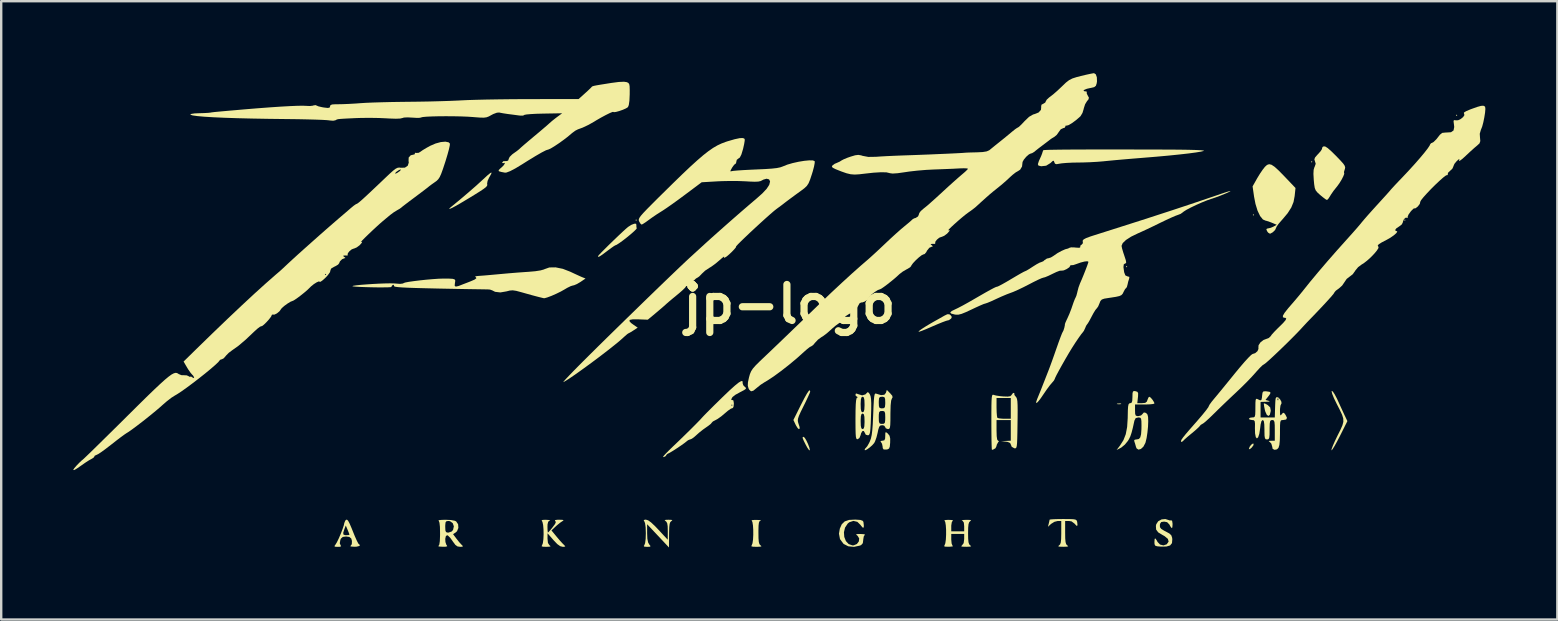
<source format=kicad_pcb>
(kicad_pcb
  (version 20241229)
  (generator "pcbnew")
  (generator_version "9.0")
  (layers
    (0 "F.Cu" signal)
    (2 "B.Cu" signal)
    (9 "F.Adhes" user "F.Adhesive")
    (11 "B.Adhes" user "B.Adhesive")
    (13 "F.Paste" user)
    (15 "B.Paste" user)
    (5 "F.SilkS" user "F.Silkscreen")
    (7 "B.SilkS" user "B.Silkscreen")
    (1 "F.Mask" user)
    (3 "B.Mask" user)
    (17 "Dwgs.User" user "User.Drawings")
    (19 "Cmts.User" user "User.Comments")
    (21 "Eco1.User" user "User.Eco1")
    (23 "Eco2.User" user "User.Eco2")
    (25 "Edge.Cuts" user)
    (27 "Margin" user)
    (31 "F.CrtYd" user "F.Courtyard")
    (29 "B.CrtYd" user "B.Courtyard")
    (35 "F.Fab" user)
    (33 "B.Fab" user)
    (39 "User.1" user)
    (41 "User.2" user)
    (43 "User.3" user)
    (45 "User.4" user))
  (footprint "jp-logo"
    (layer "F.Cu")
    (at 29.848 9.626)
    (property "Reference" "jp-logo" (at 0 0 0) (layer "F.SilkS") (effects (font (size 1.5 1.5) (thickness 0.3))))
    (attr board_only exclude_from_pos_files exclude_from_bom)
    (fp_poly (pts (xy -6.363 -3.505) (xy -6.39 -3.478) (xy -6.417 -3.505) (xy -6.39 -3.532)) (stroke (width 0) (type solid)) (fill yes) (layer "F.SilkS"))
    (fp_poly (pts (xy 14.075 -1.564) (xy 14.048 -1.537) (xy 14.021 -1.564) (xy 14.048 -1.591)) (stroke (width 0) (type solid)) (fill yes) (layer "F.SilkS"))
    (fp_poly (pts (xy 19.36 -3.721) (xy 19.333 -3.694) (xy 19.306 -3.721) (xy 19.333 -3.748)) (stroke (width 0) (type solid)) (fill yes) (layer "F.SilkS"))
    (fp_poly (pts (xy 21.787 -5.932) (xy 21.76 -5.905) (xy 21.733 -5.932) (xy 21.76 -5.959)) (stroke (width 0) (type solid)) (fill yes) (layer "F.SilkS"))
    (fp_poly (pts (xy 25.67 -3.505) (xy 25.643 -3.478) (xy 25.616 -3.505) (xy 25.643 -3.532)) (stroke (width 0) (type solid)) (fill yes) (layer "F.SilkS"))
    (fp_poly (pts (xy 27.827 -7.873) (xy 27.8 -7.846) (xy 27.773 -7.873) (xy 27.8 -7.9)) (stroke (width 0) (type solid)) (fill yes) (layer "F.SilkS"))
    (fp_poly (pts (xy 13.82 4.144) (xy 13.822 4.162) (xy 13.737 4.169) (xy 13.725 4.169) (xy 13.641 4.161) (xy 13.649 4.145) (xy 13.658 4.142) (xy 13.776 4.134)) (stroke (width 0) (type solid)) (fill yes) (layer "F.SilkS"))
    (fp_poly (pts (xy 19.339 5.812) (xy 19.335 5.875) (xy 19.267 5.968) (xy 19.263 5.973) (xy 19.182 6.038) (xy 19.145 6.039) (xy 19.144 6.035) (xy 19.173 5.946) (xy 19.237 5.859) (xy 19.306 5.808)) (stroke (width 0) (type solid)) (fill yes) (layer "F.SilkS"))
    (fp_poly (pts (xy 0.64 5.573) (xy 0.707 5.686) (xy 0.774 5.83) (xy 0.827 5.971) (xy 0.848 6.072) (xy 0.846 6.09) (xy 0.814 6.078) (xy 0.75 5.989) (xy 0.682 5.866) (xy 0.594 5.69) (xy 0.552 5.588) (xy 0.548 5.541) (xy 0.579 5.528) (xy 0.591 5.528)) (stroke (width 0) (type solid)) (fill yes) (layer "F.SilkS"))
    (fp_poly (pts (xy 19.822 4.143) (xy 19.923 4.2) (xy 19.928 4.202) (xy 20.03 4.299) (xy 20.054 4.427) (xy 20.051 4.465) (xy 20.016 4.61) (xy 19.957 4.657) (xy 19.889 4.609) (xy 19.826 4.47) (xy 19.81 4.41) (xy 19.779 4.257) (xy 19.766 4.154) (xy 19.769 4.132)) (stroke (width 0) (type solid)) (fill yes) (layer "F.SilkS"))
    (fp_poly (pts (xy 4.075 5.371) (xy 4.101 5.395) (xy 4.17 5.482) (xy 4.197 5.603) (xy 4.195 5.767) (xy 4.181 5.93) (xy 4.151 6.013) (xy 4.089 6.048) (xy 4.031 6.057) (xy 3.923 6.054) (xy 3.885 5.995) (xy 3.883 5.946) (xy 3.857 5.819) (xy 3.818 5.754) (xy 3.79 5.705) (xy 3.856 5.69) (xy 3.872 5.689) (xy 3.952 5.673) (xy 3.985 5.602) (xy 3.991 5.492) (xy 3.994 5.365) (xy 4.016 5.33)) (stroke (width 0) (type solid)) (fill yes) (layer "F.SilkS"))
    (fp_poly (pts (xy 6.657 0.42) (xy 6.709 0.454) (xy 6.765 0.531) (xy 6.735 0.6) (xy 6.643 0.665) (xy 6.6 0.674) (xy 6.523 0.695) (xy 6.371 0.751) (xy 6.167 0.834) (xy 5.974 0.917) (xy 5.689 1.04) (xy 5.496 1.117) (xy 5.394 1.149) (xy 5.377 1.137) (xy 5.441 1.082) (xy 5.52 1.026) (xy 5.682 0.922) (xy 5.883 0.802) (xy 5.999 0.735) (xy 6.188 0.63) (xy 6.366 0.529) (xy 6.452 0.48) (xy 6.576 0.419)) (stroke (width 0) (type solid)) (fill yes) (layer "F.SilkS"))
    (fp_poly (pts (xy 0.863 3.641) (xy 0.84 3.709) (xy 0.777 3.851) (xy 0.686 4.046) (xy 0.587 4.246) (xy 0.467 4.489) (xy 0.392 4.658) (xy 0.354 4.775) (xy 0.346 4.863) (xy 0.364 4.943) (xy 0.371 4.964) (xy 0.419 5.111) (xy 0.426 5.183) (xy 0.393 5.204) (xy 0.387 5.204) (xy 0.338 5.16) (xy 0.271 5.051) (xy 0.253 5.015) (xy 0.163 4.825) (xy 0.471 4.206) (xy 0.622 3.912) (xy 0.734 3.713) (xy 0.809 3.606) (xy 0.851 3.588)) (stroke (width 0) (type solid)) (fill yes) (layer "F.SilkS"))
    (fp_poly (pts (xy -12.428 -5.432) (xy -12.5 -5.303) (xy -12.515 -5.279) (xy -12.58 -5.139) (xy -12.6 -5.021) (xy -12.597 -5.003) (xy -12.592 -4.965) (xy -12.609 -4.924) (xy -12.657 -4.872) (xy -12.748 -4.802) (xy -12.893 -4.705) (xy -13.101 -4.575) (xy -13.383 -4.403) (xy -13.65 -4.243) (xy -13.885 -4.106) (xy -14.057 -4.014) (xy -14.158 -3.97) (xy -14.182 -3.976) (xy -14.123 -4.036) (xy -14.094 -4.059) (xy -13.736 -4.353) (xy -13.379 -4.656) (xy -13.05 -4.943) (xy -12.779 -5.191) (xy -12.77 -5.199) (xy -12.582 -5.372) (xy -12.465 -5.467) (xy -12.415 -5.487)) (stroke (width 0) (type solid)) (fill yes) (layer "F.SilkS"))
    (fp_poly (pts (xy -1.242 8.995) (xy -1.185 9.006) (xy -1.2 9.016) (xy -1.246 9.042) (xy -1.274 9.106) (xy -1.289 9.227) (xy -1.294 9.428) (xy -1.294 9.52) (xy -1.291 9.757) (xy -1.278 9.91) (xy -1.252 9.999) (xy -1.209 10.048) (xy -1.2 10.053) (xy -1.166 10.086) (xy -1.215 10.104) (xy -1.358 10.11) (xy -1.372 10.11) (xy -1.528 10.105) (xy -1.591 10.086) (xy -1.575 10.047) (xy -1.575 10.047) (xy -1.541 9.962) (xy -1.519 9.807) (xy -1.509 9.611) (xy -1.51 9.404) (xy -1.522 9.215) (xy -1.545 9.076) (xy -1.577 9.015) (xy -1.569 9) (xy -1.475 8.991) (xy -1.375 8.989)) (stroke (width 0) (type solid)) (fill yes) (layer "F.SilkS"))
    (fp_poly (pts (xy 22.643 3.642) (xy 22.717 3.752) (xy 22.807 3.923) (xy 22.843 4) (xy 22.947 4.228) (xy 23.049 4.45) (xy 23.129 4.622) (xy 23.141 4.647) (xy 23.248 4.872) (xy 22.934 5.499) (xy 22.814 5.729) (xy 22.71 5.916) (xy 22.631 6.042) (xy 22.587 6.091) (xy 22.583 6.09) (xy 22.592 6.031) (xy 22.643 5.896) (xy 22.727 5.705) (xy 22.836 5.479) (xy 22.838 5.474) (xy 22.961 5.23) (xy 23.041 5.048) (xy 23.08 4.901) (xy 23.076 4.764) (xy 23.028 4.609) (xy 22.935 4.41) (xy 22.798 4.142) (xy 22.687 3.913) (xy 22.616 3.739) (xy 22.591 3.634) (xy 22.598 3.612)) (stroke (width 0) (type solid)) (fill yes) (layer "F.SilkS"))
    (fp_poly (pts (xy -6.391 -3.352) (xy -6.38 -3.298) (xy -6.38 -3.297) (xy -6.378 -3.201) (xy -6.361 -3.174) (xy -6.385 -3.129) (xy -6.476 -3.038) (xy -6.613 -2.917) (xy -6.775 -2.784) (xy -6.942 -2.654) (xy -7.093 -2.545) (xy -7.207 -2.473) (xy -7.256 -2.454) (xy -7.312 -2.423) (xy -7.428 -2.342) (xy -7.582 -2.228) (xy -7.604 -2.211) (xy -7.788 -2.073) (xy -7.903 -1.996) (xy -7.962 -1.972) (xy -7.981 -1.993) (xy -7.981 -1.998) (xy -7.945 -2.045) (xy -7.845 -2.151) (xy -7.698 -2.299) (xy -7.521 -2.475) (xy -7.328 -2.662) (xy -7.136 -2.846) (xy -6.961 -3.011) (xy -6.818 -3.141) (xy -6.724 -3.221) (xy -6.588 -3.307) (xy -6.469 -3.353)) (stroke (width 0) (type solid)) (fill yes) (layer "F.SilkS"))
    (fp_poly (pts (xy 20.086 -5.811) (xy 20.213 -5.727) (xy 20.38 -5.576) (xy 20.601 -5.351) (xy 20.644 -5.306) (xy 21.086 -4.842) (xy 21.051 -4.508) (xy 21.004 -4.259) (xy 20.91 -4.028) (xy 20.756 -3.788) (xy 20.527 -3.516) (xy 20.496 -3.482) (xy 20.378 -3.345) (xy 20.299 -3.233) (xy 20.277 -3.181) (xy 20.236 -3.093) (xy 20.143 -3) (xy 20.043 -2.943) (xy 20.018 -2.939) (xy 19.947 -2.981) (xy 19.899 -3.047) (xy 19.87 -3.129) (xy 19.917 -3.156) (xy 19.938 -3.157) (xy 20.056 -3.184) (xy 20.169 -3.234) (xy 20.304 -3.309) (xy 20.103 -3.394) (xy 19.962 -3.448) (xy 19.862 -3.477) (xy 19.847 -3.478) (xy 19.728 -3.53) (xy 19.611 -3.674) (xy 19.505 -3.895) (xy 19.418 -4.179) (xy 19.36 -4.477) (xy 19.298 -4.909) (xy 19.486 -5.243) (xy 19.604 -5.437) (xy 19.724 -5.613) (xy 19.813 -5.725) (xy 19.899 -5.803) (xy 19.986 -5.834)) (stroke (width 0) (type solid)) (fill yes) (layer "F.SilkS"))
    (fp_poly (pts (xy -5.892 9.005) (xy -5.768 9.093) (xy -5.599 9.252) (xy -5.462 9.396) (xy -5.073 9.815) (xy -5.071 9.454) (xy -5.076 9.247) (xy -5.097 9.122) (xy -5.14 9.054) (xy -5.164 9.037) (xy -5.204 9.002) (xy -5.16 8.986) (xy -5.042 8.982) (xy -4.914 8.987) (xy -4.881 9.006) (xy -4.921 9.037) (xy -4.966 9.079) (xy -4.994 9.157) (xy -5.01 9.292) (xy -5.017 9.505) (xy -5.018 9.615) (xy -5.021 10.138) (xy -5.476 9.653) (xy -5.932 9.168) (xy -5.932 9.541) (xy -5.922 9.778) (xy -5.89 9.932) (xy -5.843 10.013) (xy -5.791 10.079) (xy -5.813 10.106) (xy -5.926 10.111) (xy -5.934 10.111) (xy -6.05 10.103) (xy -6.072 10.074) (xy -6.051 10.047) (xy -6.016 9.956) (xy -5.993 9.776) (xy -5.986 9.545) (xy -5.994 9.3) (xy -6.018 9.126) (xy -6.051 9.044) (xy -6.077 8.995) (xy -6.012 8.979) (xy -5.983 8.978)) (stroke (width 0) (type solid)) (fill yes) (layer "F.SilkS"))
    (fp_poly (pts (xy 11.653 8.953) (xy 11.817 8.959) (xy 11.913 8.974) (xy 11.961 9.003) (xy 11.983 9.051) (xy 11.99 9.087) (xy 12.002 9.213) (xy 11.971 9.241) (xy 11.9 9.169) (xy 11.887 9.151) (xy 11.755 9.051) (xy 11.645 9.033) (xy 11.487 9.033) (xy 11.487 9.516) (xy 11.49 9.754) (xy 11.503 9.908) (xy 11.528 9.998) (xy 11.571 10.047) (xy 11.581 10.053) (xy 11.615 10.086) (xy 11.565 10.103) (xy 11.421 10.108) (xy 11.406 10.108) (xy 11.254 10.104) (xy 11.197 10.088) (xy 11.225 10.056) (xy 11.23 10.053) (xy 11.277 10.009) (xy 11.305 9.928) (xy 11.32 9.788) (xy 11.325 9.566) (xy 11.325 9.516) (xy 11.325 9.033) (xy 11.18 9.033) (xy 11.038 9.069) (xy 10.902 9.154) (xy 10.77 9.276) (xy 10.804 9.141) (xy 10.83 9.029) (xy 10.839 8.979) (xy 10.889 8.968) (xy 11.025 8.959) (xy 11.224 8.953) (xy 11.402 8.952)) (stroke (width 0) (type solid)) (fill yes) (layer "F.SilkS"))
    (fp_poly (pts (xy 22.325 -6.571) (xy 22.428 -6.506) (xy 22.577 -6.375) (xy 22.771 -6.184) (xy 22.954 -5.994) (xy 23.072 -5.863) (xy 23.135 -5.771) (xy 23.156 -5.701) (xy 23.145 -5.636) (xy 23.137 -5.615) (xy 23.107 -5.513) (xy 23.11 -5.474) (xy 23.118 -5.434) (xy 23.079 -5.331) (xy 23.008 -5.192) (xy 22.917 -5.043) (xy 22.821 -4.91) (xy 22.798 -4.882) (xy 22.67 -4.722) (xy 22.559 -4.56) (xy 22.531 -4.512) (xy 22.459 -4.4) (xy 22.403 -4.344) (xy 22.396 -4.343) (xy 22.335 -4.376) (xy 22.221 -4.462) (xy 22.118 -4.547) (xy 22.001 -4.653) (xy 21.929 -4.742) (xy 21.888 -4.846) (xy 21.864 -4.999) (xy 21.847 -5.179) (xy 21.833 -5.431) (xy 21.842 -5.601) (xy 21.875 -5.711) (xy 21.884 -5.726) (xy 21.928 -5.851) (xy 21.897 -5.955) (xy 21.872 -6.034) (xy 21.9 -6.113) (xy 21.995 -6.224) (xy 22.029 -6.259) (xy 22.134 -6.376) (xy 22.19 -6.467) (xy 22.193 -6.496) (xy 22.211 -6.549) (xy 22.258 -6.577)) (stroke (width 0) (type solid)) (fill yes) (layer "F.SilkS"))
    (fp_poly (pts (xy 2.953 8.99) (xy 3.05 9.026) (xy 3.081 9.071) (xy 3.095 9.191) (xy 3.098 9.208) (xy 3.095 9.305) (xy 3.05 9.309) (xy 2.975 9.221) (xy 2.961 9.199) (xy 2.828 9.069) (xy 2.663 9.03) (xy 2.494 9.086) (xy 2.428 9.139) (xy 2.315 9.309) (xy 2.269 9.503) (xy 2.283 9.698) (xy 2.351 9.871) (xy 2.466 9.996) (xy 2.621 10.05) (xy 2.677 10.048) (xy 2.809 9.993) (xy 2.89 9.886) (xy 2.905 9.761) (xy 2.841 9.654) (xy 2.833 9.648) (xy 2.78 9.602) (xy 2.798 9.58) (xy 2.902 9.576) (xy 2.969 9.576) (xy 3.096 9.584) (xy 3.15 9.599) (xy 3.141 9.608) (xy 3.096 9.675) (xy 3.074 9.803) (xy 3.074 9.821) (xy 3.056 9.959) (xy 2.988 10.035) (xy 2.936 10.059) (xy 2.687 10.112) (xy 2.451 10.089) (xy 2.261 9.993) (xy 2.248 9.981) (xy 2.105 9.789) (xy 2.062 9.563) (xy 2.098 9.351) (xy 2.179 9.17) (xy 2.302 9.051) (xy 2.484 8.989) (xy 2.741 8.976)) (stroke (width 0) (type solid)) (fill yes) (layer "F.SilkS"))
    (fp_poly (pts (xy 15.743 8.977) (xy 15.852 9.012) (xy 15.91 9.005) (xy 15.945 9.03) (xy 15.962 9.139) (xy 15.963 9.174) (xy 15.954 9.303) (xy 15.925 9.33) (xy 15.87 9.255) (xy 15.832 9.182) (xy 15.736 9.083) (xy 15.611 9.06) (xy 15.492 9.077) (xy 15.443 9.148) (xy 15.434 9.201) (xy 15.438 9.292) (xy 15.491 9.363) (xy 15.614 9.439) (xy 15.677 9.471) (xy 15.831 9.555) (xy 15.911 9.632) (xy 15.945 9.732) (xy 15.952 9.798) (xy 15.939 9.956) (xy 15.859 10.054) (xy 15.702 10.099) (xy 15.476 10.101) (xy 15.317 10.088) (xy 15.238 10.06) (xy 15.211 9.996) (xy 15.208 9.9) (xy 15.217 9.78) (xy 15.247 9.761) (xy 15.305 9.844) (xy 15.338 9.908) (xy 15.441 10.015) (xy 15.583 10.051) (xy 15.717 10.006) (xy 15.723 10.001) (xy 15.799 9.892) (xy 15.768 9.779) (xy 15.629 9.664) (xy 15.545 9.618) (xy 15.365 9.508) (xy 15.278 9.391) (xy 15.269 9.241) (xy 15.283 9.17) (xy 15.363 9.047) (xy 15.504 8.968) (xy 15.662 8.952)) (stroke (width 0) (type solid)) (fill yes) (layer "F.SilkS"))
    (fp_poly (pts (xy -18.391 9.026) (xy -18.328 9.145) (xy -18.241 9.348) (xy -18.2 9.452) (xy -18.111 9.67) (xy -18.032 9.848) (xy -17.973 9.963) (xy -17.949 9.995) (xy -17.895 10.038) (xy -17.932 10.078) (xy -18.04 10.104) (xy -18.133 10.107) (xy -18.256 10.099) (xy -18.305 10.084) (xy -18.295 10.076) (xy -18.238 10.001) (xy -18.233 9.867) (xy -18.26 9.765) (xy -18.341 9.699) (xy -18.477 9.68) (xy -18.615 9.698) (xy -18.691 9.767) (xy -18.715 9.821) (xy -18.74 9.964) (xy -18.708 10.037) (xy -18.684 10.088) (xy -18.74 10.109) (xy -18.823 10.111) (xy -18.938 10.106) (xy -18.963 10.079) (xy -18.918 10.017) (xy -18.859 9.92) (xy -18.78 9.757) (xy -18.697 9.563) (xy -18.681 9.522) (xy -18.595 9.522) (xy -18.588 9.598) (xy -18.518 9.624) (xy -18.47 9.626) (xy -18.369 9.619) (xy -18.335 9.605) (xy -18.354 9.547) (xy -18.401 9.43) (xy -18.412 9.403) (xy -18.489 9.222) (xy -18.547 9.373) (xy -18.595 9.522) (xy -18.681 9.522) (xy -18.622 9.368) (xy -18.569 9.208) (xy -18.551 9.12) (xy -18.513 9.023) (xy -18.479 8.986) (xy -18.439 8.978)) (stroke (width 0) (type solid)) (fill yes) (layer "F.SilkS"))
    (fp_poly (pts (xy 14.059 -6.447) (xy 14.976 -6.445) (xy 15.72 -6.443) (xy 16.215 -6.44) (xy 16.62 -6.434) (xy 16.931 -6.426) (xy 17.145 -6.415) (xy 17.258 -6.402) (xy 17.269 -6.388) (xy 17.149 -6.358) (xy 16.931 -6.322) (xy 16.625 -6.281) (xy 16.242 -6.238) (xy 15.792 -6.192) (xy 15.284 -6.146) (xy 14.728 -6.1) (xy 14.668 -6.095) (xy 14.298 -6.065) (xy 13.93 -6.034) (xy 13.591 -6.004) (xy 13.307 -5.977) (xy 13.103 -5.957) (xy 13.101 -5.956) (xy 12.837 -5.934) (xy 12.518 -5.916) (xy 12.194 -5.905) (xy 12.049 -5.904) (xy 11.785 -5.899) (xy 11.54 -5.887) (xy 11.348 -5.87) (xy 11.262 -5.857) (xy 11.129 -5.834) (xy 11.064 -5.854) (xy 11.037 -5.914) (xy 11.013 -5.976) (xy 10.971 -5.97) (xy 10.885 -5.891) (xy 10.873 -5.88) (xy 10.695 -5.771) (xy 10.487 -5.748) (xy 10.374 -5.777) (xy 10.351 -5.835) (xy 10.393 -5.967) (xy 10.42 -6.026) (xy 10.488 -6.176) (xy 10.532 -6.291) (xy 10.539 -6.318) (xy 10.568 -6.404) (xy 10.578 -6.417) (xy 10.64 -6.425) (xy 10.808 -6.432) (xy 11.082 -6.437) (xy 11.464 -6.442) (xy 11.952 -6.445) (xy 12.547 -6.447) (xy 13.249 -6.447)) (stroke (width 0) (type solid)) (fill yes) (layer "F.SilkS"))
    (fp_poly (pts (xy -9.459 8.986) (xy -9.412 9) (xy -9.447 9.032) (xy -9.464 9.042) (xy -9.572 9.116) (xy -9.707 9.229) (xy -9.745 9.264) (xy -9.918 9.427) (xy -9.692 9.702) (xy -9.562 9.855) (xy -9.448 9.979) (xy -9.384 10.042) (xy -9.341 10.09) (xy -9.387 10.108) (xy -9.446 10.11) (xy -9.553 10.084) (xy -9.676 9.996) (xy -9.834 9.831) (xy -9.836 9.828) (xy -10.082 9.545) (xy -10.083 9.772) (xy -10.065 9.949) (xy -10.002 10.045) (xy -9.99 10.053) (xy -9.953 10.087) (xy -9.999 10.104) (xy -10.136 10.11) (xy -10.279 10.105) (xy -10.331 10.083) (xy -10.311 10.047) (xy -10.277 9.958) (xy -10.255 9.796) (xy -10.246 9.593) (xy -10.25 9.382) (xy -10.266 9.198) (xy -10.294 9.072) (xy -10.311 9.044) (xy -10.329 9.004) (xy -10.267 8.986) (xy -10.136 8.985) (xy -10.014 8.993) (xy -9.972 9.007) (xy -9.99 9.016) (xy -10.053 9.062) (xy -10.081 9.172) (xy -10.085 9.28) (xy -10.081 9.423) (xy -10.072 9.508) (xy -10.067 9.518) (xy -10.026 9.48) (xy -9.94 9.382) (xy -9.871 9.297) (xy -9.769 9.16) (xy -9.736 9.079) (xy -9.762 9.031) (xy -9.767 9.028) (xy -9.774 8.997) (xy -9.676 8.983) (xy -9.599 8.981)) (stroke (width 0) (type solid)) (fill yes) (layer "F.SilkS"))
    (fp_poly (pts (xy 7.513 8.989) (xy 7.569 9.004) (xy 7.54 9.035) (xy 7.536 9.037) (xy 7.489 9.083) (xy 7.46 9.168) (xy 7.446 9.315) (xy 7.442 9.545) (xy 7.446 9.776) (xy 7.46 9.923) (xy 7.489 10.008) (xy 7.536 10.053) (xy 7.57 10.086) (xy 7.521 10.103) (xy 7.376 10.108) (xy 7.361 10.108) (xy 7.209 10.104) (xy 7.153 10.088) (xy 7.181 10.056) (xy 7.186 10.053) (xy 7.258 9.957) (xy 7.28 9.785) (xy 7.28 9.572) (xy 7.011 9.572) (xy 6.741 9.572) (xy 6.741 9.81) (xy 6.756 9.971) (xy 6.794 10.065) (xy 6.808 10.076) (xy 6.802 10.092) (xy 6.711 10.104) (xy 6.636 10.107) (xy 6.492 10.104) (xy 6.441 10.083) (xy 6.461 10.047) (xy 6.494 9.962) (xy 6.516 9.807) (xy 6.526 9.611) (xy 6.526 9.404) (xy 6.514 9.215) (xy 6.491 9.076) (xy 6.458 9.015) (xy 6.464 8.999) (xy 6.556 8.989) (xy 6.633 8.987) (xy 6.762 8.993) (xy 6.817 9.006) (xy 6.808 9.015) (xy 6.764 9.082) (xy 6.742 9.216) (xy 6.741 9.253) (xy 6.741 9.464) (xy 7.011 9.464) (xy 7.28 9.464) (xy 7.28 9.253) (xy 7.265 9.099) (xy 7.213 9.027) (xy 7.186 9.016) (xy 7.179 9.002) (xy 7.261 8.991) (xy 7.361 8.987)) (stroke (width 0) (type solid)) (fill yes) (layer "F.SilkS"))
    (fp_poly (pts (xy -14.112 8.993) (xy -13.946 9.024) (xy -13.89 9.051) (xy -13.809 9.169) (xy -13.797 9.321) (xy -13.853 9.459) (xy -13.905 9.508) (xy -14.018 9.583) (xy -13.871 9.78) (xy -13.763 9.916) (xy -13.668 10.02) (xy -13.644 10.042) (xy -13.604 10.088) (xy -13.649 10.107) (xy -13.725 10.11) (xy -13.834 10.094) (xy -13.924 10.029) (xy -14.026 9.891) (xy -14.04 9.869) (xy -14.139 9.732) (xy -14.229 9.644) (xy -14.269 9.626) (xy -14.321 9.671) (xy -14.344 9.78) (xy -14.337 9.91) (xy -14.3 10.021) (xy -14.28 10.047) (xy -14.262 10.087) (xy -14.324 10.105) (xy -14.455 10.107) (xy -14.583 10.1) (xy -14.637 10.085) (xy -14.628 10.076) (xy -14.592 10.018) (xy -14.57 9.873) (xy -14.561 9.633) (xy -14.561 9.545) (xy -14.566 9.276) (xy -14.566 9.276) (xy -14.345 9.276) (xy -14.339 9.425) (xy -14.312 9.496) (xy -14.246 9.517) (xy -14.212 9.518) (xy -14.075 9.471) (xy -14.018 9.404) (xy -13.986 9.255) (xy -14.033 9.123) (xy -14.143 9.043) (xy -14.209 9.033) (xy -14.293 9.043) (xy -14.332 9.092) (xy -14.344 9.209) (xy -14.345 9.276) (xy -14.566 9.276) (xy -14.585 9.105) (xy -14.616 9.023) (xy -14.628 9.015) (xy -14.614 9.001) (xy -14.514 8.989) (xy -14.349 8.983) (xy -14.342 8.983)) (stroke (width 0) (type solid)) (fill yes) (layer "F.SilkS"))
    (fp_poly (pts (xy 3.307 3.694) (xy 3.347 3.756) (xy 3.378 3.831) (xy 3.398 3.945) (xy 3.407 4.116) (xy 3.406 4.361) (xy 3.397 4.664) (xy 3.386 4.971) (xy 3.373 5.187) (xy 3.358 5.328) (xy 3.336 5.411) (xy 3.307 5.451) (xy 3.272 5.464) (xy 3.179 5.438) (xy 3.144 5.368) (xy 3.096 5.282) (xy 3.035 5.29) (xy 2.982 5.383) (xy 2.966 5.45) (xy 2.915 5.575) (xy 2.844 5.625) (xy 2.809 5.624) (xy 2.784 5.595) (xy 2.767 5.523) (xy 2.757 5.393) (xy 2.752 5.19) (xy 2.75 4.9) (xy 2.75 4.88) (xy 2.966 4.88) (xy 2.972 5.068) (xy 2.994 5.169) (xy 3.037 5.203) (xy 3.047 5.204) (xy 3.094 5.179) (xy 3.119 5.091) (xy 3.128 4.919) (xy 3.128 4.88) (xy 3.122 4.693) (xy 3.1 4.592) (xy 3.057 4.558) (xy 3.047 4.557) (xy 3 4.582) (xy 2.975 4.67) (xy 2.966 4.841) (xy 2.966 4.88) (xy 2.75 4.88) (xy 2.75 4.781) (xy 2.753 4.431) (xy 2.761 4.179) (xy 2.966 4.179) (xy 2.972 4.367) (xy 2.994 4.468) (xy 3.037 4.502) (xy 3.047 4.503) (xy 3.094 4.478) (xy 3.119 4.39) (xy 3.128 4.218) (xy 3.128 4.179) (xy 3.122 3.992) (xy 3.1 3.891) (xy 3.057 3.856) (xy 3.047 3.856) (xy 3 3.881) (xy 2.975 3.969) (xy 2.966 4.14) (xy 2.966 4.179) (xy 2.761 4.179) (xy 2.761 4.178) (xy 2.775 4.011) (xy 2.796 3.919) (xy 2.818 3.892) (xy 2.857 3.867) (xy 2.818 3.86) (xy 2.758 3.812) (xy 2.75 3.773) (xy 2.77 3.719) (xy 2.845 3.741) (xy 2.855 3.746) (xy 3.028 3.799) (xy 3.164 3.759) (xy 3.206 3.715) (xy 3.259 3.664)) (stroke (width 0) (type solid)) (fill yes) (layer "F.SilkS"))
    (fp_poly (pts (xy 9.376 3.716) (xy 9.368 3.728) (xy 9.375 3.785) (xy 9.426 3.849) (xy 9.458 3.89) (xy 9.481 3.953) (xy 9.497 4.052) (xy 9.505 4.204) (xy 9.508 4.423) (xy 9.506 4.725) (xy 9.502 4.978) (xy 9.497 5.337) (xy 9.491 5.602) (xy 9.483 5.787) (xy 9.471 5.906) (xy 9.453 5.973) (xy 9.428 6.002) (xy 9.394 6.006) (xy 9.368 6.003) (xy 9.26 5.941) (xy 9.232 5.868) (xy 9.194 5.783) (xy 9.094 5.74) (xy 9.016 5.728) (xy 8.817 5.708) (xy 9.019 5.698) (xy 9.222 5.689) (xy 9.222 5.258) (xy 9.222 4.827) (xy 8.925 4.827) (xy 8.628 4.827) (xy 8.628 5.258) (xy 8.635 5.499) (xy 8.655 5.64) (xy 8.69 5.689) (xy 8.693 5.689) (xy 8.731 5.705) (xy 8.693 5.754) (xy 8.635 5.863) (xy 8.628 5.91) (xy 8.583 6.003) (xy 8.478 6.062) (xy 8.435 6.067) (xy 8.429 6.016) (xy 8.423 5.872) (xy 8.418 5.651) (xy 8.415 5.37) (xy 8.413 5.042) (xy 8.413 4.902) (xy 8.413 4.519) (xy 8.415 4.305) (xy 8.628 4.305) (xy 8.633 4.503) (xy 8.645 4.655) (xy 8.662 4.734) (xy 8.664 4.737) (xy 8.735 4.758) (xy 8.875 4.771) (xy 8.961 4.773) (xy 9.222 4.773) (xy 9.222 4.341) (xy 9.222 3.91) (xy 8.925 3.91) (xy 8.628 3.91) (xy 8.628 4.305) (xy 8.415 4.305) (xy 8.415 4.231) (xy 8.42 4.026) (xy 8.429 3.89) (xy 8.443 3.811) (xy 8.463 3.776) (xy 8.49 3.773) (xy 8.507 3.779) (xy 8.612 3.807) (xy 8.78 3.832) (xy 8.911 3.844) (xy 9.097 3.85) (xy 9.201 3.834) (xy 9.25 3.79) (xy 9.254 3.78) (xy 9.312 3.705) (xy 9.344 3.694)) (stroke (width 0) (type solid)) (fill yes) (layer "F.SilkS"))
    (fp_poly (pts (xy -1.957 3.208) (xy -1.951 3.275) (xy -1.953 3.291) (xy -1.926 3.377) (xy -1.865 3.441) (xy -1.815 3.486) (xy -1.819 3.527) (xy -1.893 3.58) (xy -2.049 3.662) (xy -2.053 3.664) (xy -2.258 3.777) (xy -2.376 3.87) (xy -2.423 3.956) (xy -2.426 3.98) (xy -2.393 4) (xy -2.373 3.991) (xy -2.336 4.014) (xy -2.319 4.124) (xy -2.319 4.154) (xy -2.333 4.282) (xy -2.369 4.332) (xy -2.377 4.331) (xy -2.444 4.355) (xy -2.561 4.436) (xy -2.683 4.539) (xy -2.842 4.673) (xy -2.996 4.782) (xy -3.083 4.83) (xy -3.19 4.886) (xy -3.236 4.933) (xy -3.236 4.934) (xy -3.277 4.985) (xy -3.381 5.068) (xy -3.446 5.113) (xy -3.61 5.229) (xy -3.758 5.347) (xy -3.792 5.377) (xy -3.956 5.523) (xy -4.064 5.604) (xy -4.133 5.634) (xy -4.146 5.635) (xy -4.227 5.669) (xy -4.271 5.703) (xy -4.365 5.778) (xy -4.509 5.881) (xy -4.677 5.995) (xy -4.843 6.102) (xy -4.981 6.185) (xy -5.064 6.227) (xy -5.073 6.229) (xy -5.122 6.268) (xy -5.123 6.277) (xy -5.166 6.335) (xy -5.212 6.359) (xy -5.27 6.374) (xy -5.25 6.332) (xy -5.225 6.301) (xy -5.151 6.221) (xy -5.023 6.092) (xy -4.867 5.94) (xy -4.833 5.908) (xy -4.582 5.668) (xy -4.33 5.423) (xy -4.092 5.189) (xy -3.886 4.982) (xy -3.726 4.818) (xy -3.634 4.717) (xy -3.56 4.638) (xy -3.423 4.498) (xy -3.237 4.313) (xy -3.13 4.206) (xy -2.427 4.206) (xy -2.4 4.233) (xy -2.373 4.206) (xy -2.4 4.179) (xy -2.427 4.206) (xy -3.13 4.206) (xy -3.017 4.096) (xy -2.784 3.867) (xy -2.494 3.59) (xy -2.272 3.39) (xy -2.112 3.262) (xy -2.009 3.203)) (stroke (width 0) (type solid)) (fill yes) (layer "F.SilkS"))
    (fp_poly (pts (xy 14.419 3.626) (xy 14.497 3.651) (xy 14.528 3.709) (xy 14.525 3.832) (xy 14.519 3.888) (xy 14.493 4.125) (xy 14.687 4.125) (xy 14.824 4.112) (xy 14.891 4.059) (xy 14.916 3.991) (xy 14.956 3.89) (xy 14.995 3.856) (xy 15.055 3.896) (xy 15.132 3.988) (xy 15.193 4.088) (xy 15.208 4.137) (xy 15.158 4.158) (xy 15.027 4.172) (xy 14.841 4.179) (xy 14.803 4.179) (xy 14.399 4.179) (xy 14.399 4.422) (xy 14.404 4.572) (xy 14.432 4.643) (xy 14.497 4.664) (xy 14.535 4.665) (xy 14.65 4.636) (xy 14.703 4.584) (xy 14.769 4.51) (xy 14.858 4.531) (xy 14.919 4.6) (xy 14.943 4.703) (xy 14.949 4.881) (xy 14.94 5.106) (xy 14.916 5.347) (xy 14.882 5.573) (xy 14.838 5.756) (xy 14.828 5.785) (xy 14.746 5.939) (xy 14.643 6.033) (xy 14.542 6.06) (xy 14.464 6.009) (xy 14.439 5.946) (xy 14.399 5.803) (xy 14.373 5.73) (xy 14.364 5.659) (xy 14.436 5.636) (xy 14.468 5.635) (xy 14.558 5.617) (xy 14.617 5.551) (xy 14.651 5.42) (xy 14.666 5.207) (xy 14.668 5.056) (xy 14.665 4.872) (xy 14.651 4.771) (xy 14.615 4.728) (xy 14.548 4.719) (xy 14.535 4.719) (xy 14.427 4.747) (xy 14.374 4.849) (xy 14.37 4.867) (xy 14.307 5.153) (xy 14.254 5.358) (xy 14.203 5.508) (xy 14.145 5.627) (xy 14.099 5.701) (xy 13.976 5.85) (xy 13.833 5.969) (xy 13.799 5.989) (xy 13.631 6.076) (xy 13.771 5.893) (xy 13.916 5.666) (xy 14.013 5.417) (xy 14.07 5.118) (xy 14.094 4.745) (xy 14.095 4.679) (xy 14.1 4.428) (xy 14.11 4.266) (xy 14.129 4.174) (xy 14.159 4.134) (xy 14.196 4.126) (xy 14.255 4.106) (xy 14.283 4.029) (xy 14.291 3.871) (xy 14.291 3.863) (xy 14.295 3.707) (xy 14.316 3.634) (xy 14.368 3.618)) (stroke (width 0) (type solid)) (fill yes) (layer "F.SilkS"))
    (fp_poly (pts (xy 4.197 3.714) (xy 4.285 3.818) (xy 4.295 3.888) (xy 4.272 3.92) (xy 4.237 4.014) (xy 4.215 4.216) (xy 4.207 4.524) (xy 4.206 4.595) (xy 4.205 4.858) (xy 4.199 5.033) (xy 4.186 5.136) (xy 4.161 5.187) (xy 4.123 5.203) (xy 4.099 5.204) (xy 4.011 5.17) (xy 3.991 5.123) (xy 3.944 5.058) (xy 3.863 5.042) (xy 3.788 5.055) (xy 3.739 5.108) (xy 3.7 5.228) (xy 3.674 5.355) (xy 3.626 5.547) (xy 3.568 5.711) (xy 3.531 5.783) (xy 3.446 5.88) (xy 3.336 5.976) (xy 3.229 6.052) (xy 3.151 6.087) (xy 3.128 6.074) (xy 3.167 5.998) (xy 3.188 5.982) (xy 3.244 5.914) (xy 3.318 5.783) (xy 3.352 5.711) (xy 3.394 5.595) (xy 3.426 5.45) (xy 3.45 5.258) (xy 3.47 5) (xy 3.483 4.719) (xy 3.721 4.719) (xy 3.725 4.879) (xy 3.748 4.959) (xy 3.802 4.986) (xy 3.856 4.988) (xy 3.936 4.98) (xy 3.976 4.935) (xy 3.989 4.827) (xy 3.991 4.719) (xy 3.986 4.559) (xy 3.964 4.479) (xy 3.91 4.452) (xy 3.856 4.449) (xy 3.776 4.458) (xy 3.736 4.502) (xy 3.722 4.61) (xy 3.721 4.719) (xy 3.483 4.719) (xy 3.486 4.656) (xy 3.489 4.583) (xy 3.502 4.252) (xy 3.511 4.099) (xy 3.721 4.099) (xy 3.727 4.248) (xy 3.754 4.319) (xy 3.819 4.34) (xy 3.856 4.341) (xy 3.939 4.331) (xy 3.978 4.282) (xy 3.99 4.164) (xy 3.991 4.099) (xy 3.985 3.949) (xy 3.958 3.878) (xy 3.892 3.857) (xy 3.856 3.856) (xy 3.773 3.866) (xy 3.733 3.915) (xy 3.722 4.033) (xy 3.721 4.099) (xy 3.511 4.099) (xy 3.515 4.015) (xy 3.53 3.858) (xy 3.547 3.766) (xy 3.571 3.726) (xy 3.601 3.723) (xy 3.608 3.726) (xy 3.814 3.789) (xy 3.953 3.774) (xy 4.018 3.693) (xy 4.056 3.573)) (stroke (width 0) (type solid)) (fill yes) (layer "F.SilkS"))
    (fp_poly (pts (xy -9.446 -1.474) (xy -9.141 -1.356) (xy -8.94 -1.262) (xy -8.761 -1.18) (xy -8.64 -1.126) (xy -8.631 -1.123) (xy -8.499 -1.07) (xy -8.711 -0.926) (xy -8.857 -0.84) (xy -8.98 -0.788) (xy -9.017 -0.782) (xy -9.112 -0.754) (xy -9.258 -0.683) (xy -9.365 -0.62) (xy -9.526 -0.529) (xy -9.72 -0.434) (xy -9.918 -0.347) (xy -10.091 -0.282) (xy -10.21 -0.249) (xy -10.235 -0.249) (xy -10.305 -0.265) (xy -10.443 -0.299) (xy -10.543 -0.325) (xy -10.742 -0.378) (xy -10.985 -0.446) (xy -11.18 -0.501) (xy -11.385 -0.556) (xy -11.53 -0.578) (xy -11.654 -0.569) (xy -11.793 -0.534) (xy -12.049 -0.49) (xy -12.268 -0.516) (xy -12.384 -0.575) (xy -12.479 -0.609) (xy -12.599 -0.618) (xy -12.689 -0.618) (xy -12.872 -0.621) (xy -13.136 -0.625) (xy -13.467 -0.63) (xy -13.851 -0.637) (xy -14.275 -0.645) (xy -14.63 -0.652) (xy -15.146 -0.664) (xy -15.562 -0.675) (xy -15.889 -0.686) (xy -16.134 -0.698) (xy -16.306 -0.711) (xy -16.416 -0.725) (xy -16.47 -0.742) (xy -16.48 -0.761) (xy -16.489 -0.808) (xy -16.531 -0.801) (xy -16.584 -0.749) (xy -16.579 -0.721) (xy -16.621 -0.71) (xy -16.748 -0.703) (xy -16.94 -0.701) (xy -17.173 -0.701) (xy -17.425 -0.705) (xy -17.675 -0.712) (xy -17.901 -0.72) (xy -18.08 -0.731) (xy -18.191 -0.743) (xy -18.215 -0.751) (xy -18.179 -0.767) (xy -18.056 -0.786) (xy -17.867 -0.806) (xy -17.632 -0.824) (xy -17.371 -0.842) (xy -17.106 -0.856) (xy -16.856 -0.865) (xy -16.643 -0.869) (xy -16.486 -0.866) (xy -16.445 -0.863) (xy -16.226 -0.847) (xy -16.101 -0.863) (xy -16.076 -0.881) (xy -16.014 -0.903) (xy -15.867 -0.931) (xy -15.657 -0.961) (xy -15.406 -0.992) (xy -15.136 -1.021) (xy -14.869 -1.044) (xy -14.628 -1.061) (xy -14.435 -1.067) (xy -14.426 -1.067) (xy -14.185 -1.066) (xy -14.035 -1.057) (xy -13.955 -1.034) (xy -13.927 -0.99) (xy -13.934 -0.918) (xy -13.94 -0.89) (xy -13.952 -0.773) (xy -13.909 -0.732) (xy -13.793 -0.757) (xy -13.741 -0.777) (xy -13.624 -0.823) (xy -13.449 -0.89) (xy -13.303 -0.947) (xy -13.126 -1.023) (xy -13.049 -1.079) (xy -13.06 -1.113) (xy -13.098 -1.143) (xy -13.078 -1.163) (xy -12.983 -1.176) (xy -12.835 -1.187) (xy -12.705 -1.197) (xy -12.498 -1.215) (xy -12.245 -1.238) (xy -12.026 -1.258) (xy -11.704 -1.287) (xy -11.35 -1.316) (xy -11.019 -1.34) (xy -10.866 -1.35) (xy -10.594 -1.374) (xy -10.374 -1.408) (xy -10.232 -1.448) (xy -10.208 -1.46) (xy -10.007 -1.531) (xy -9.746 -1.535)) (stroke (width 0) (type solid)) (fill yes) (layer "F.SilkS"))
    (fp_poly (pts (xy 19.872 3.631) (xy 20.008 3.652) (xy 20.048 3.692) (xy 20.003 3.777) (xy 19.955 3.839) (xy 19.836 3.99) (xy 19.962 4.025) (xy 20.015 4.048) (xy 19.973 4.061) (xy 19.859 4.066) (xy 19.63 4.072) (xy 19.63 4.395) (xy 19.63 4.719) (xy 19.926 4.719) (xy 20.223 4.719) (xy 20.232 4.409) (xy 20.24 4.17) (xy 20.248 4.018) (xy 20.255 3.964) (xy 20.331 3.964) (xy 20.351 4.008) (xy 20.367 4) (xy 20.373 3.936) (xy 20.367 3.928) (xy 20.335 3.935) (xy 20.331 3.964) (xy 20.255 3.964) (xy 20.259 3.932) (xy 20.277 3.891) (xy 20.305 3.874) (xy 20.311 3.871) (xy 20.378 3.894) (xy 20.449 3.973) (xy 20.499 4.069) (xy 20.502 4.142) (xy 20.492 4.153) (xy 20.46 4.222) (xy 20.441 4.36) (xy 20.439 4.436) (xy 20.442 4.581) (xy 20.457 4.635) (xy 20.491 4.612) (xy 20.511 4.586) (xy 20.568 4.523) (xy 20.615 4.538) (xy 20.671 4.612) (xy 20.73 4.735) (xy 20.697 4.805) (xy 20.57 4.827) (xy 20.511 4.83) (xy 20.473 4.853) (xy 20.451 4.916) (xy 20.442 5.037) (xy 20.439 5.237) (xy 20.439 5.382) (xy 20.433 5.67) (xy 20.414 5.866) (xy 20.376 5.987) (xy 20.313 6.049) (xy 20.22 6.067) (xy 20.212 6.067) (xy 20.134 6.028) (xy 20.115 5.935) (xy 20.079 5.811) (xy 20.021 5.748) (xy 19.969 5.709) (xy 20.007 5.693) (xy 20.075 5.691) (xy 20.223 5.689) (xy 20.223 5.258) (xy 20.221 5.043) (xy 20.21 4.914) (xy 20.186 4.85) (xy 20.144 4.828) (xy 20.115 4.827) (xy 20.06 4.836) (xy 20.028 4.88) (xy 20.012 4.98) (xy 20.007 5.158) (xy 20.007 5.231) (xy 20.005 5.438) (xy 19.993 5.559) (xy 19.966 5.617) (xy 19.919 5.635) (xy 19.899 5.635) (xy 19.844 5.626) (xy 19.812 5.582) (xy 19.796 5.482) (xy 19.792 5.304) (xy 19.792 5.231) (xy 19.786 5.012) (xy 19.769 4.884) (xy 19.736 4.831) (xy 19.718 4.827) (xy 19.668 4.872) (xy 19.632 5.012) (xy 19.615 5.156) (xy 19.578 5.401) (xy 19.529 5.547) (xy 19.477 5.593) (xy 19.431 5.539) (xy 19.401 5.384) (xy 19.395 5.172) (xy 19.398 4.985) (xy 19.387 4.882) (xy 19.354 4.837) (xy 19.291 4.827) (xy 19.274 4.827) (xy 19.175 4.807) (xy 19.144 4.773) (xy 19.191 4.732) (xy 19.279 4.719) (xy 19.348 4.714) (xy 19.388 4.684) (xy 19.407 4.606) (xy 19.413 4.457) (xy 19.414 4.312) (xy 19.416 4.107) (xy 19.425 3.991) (xy 19.447 3.944) (xy 19.488 3.947) (xy 19.518 3.962) (xy 19.616 4.007) (xy 19.665 3.991) (xy 19.687 3.895) (xy 19.694 3.815) (xy 19.712 3.684) (xy 19.755 3.631) (xy 19.852 3.629)) (stroke (width 0) (type solid)) (fill yes) (layer "F.SilkS"))
    (fp_poly (pts (xy -1.868 -6.888) (xy -1.867 -6.886) (xy -1.866 -6.816) (xy -1.889 -6.672) (xy -1.931 -6.484) (xy -1.935 -6.468) (xy -2.003 -6.241) (xy -2.068 -6.113) (xy -2.12 -6.076) (xy -2.196 -6.016) (xy -2.211 -5.955) (xy -2.229 -5.87) (xy -2.253 -5.851) (xy -2.306 -5.809) (xy -2.381 -5.706) (xy -2.397 -5.68) (xy -2.456 -5.571) (xy -2.459 -5.532) (xy -2.409 -5.544) (xy -2.328 -5.557) (xy -2.159 -5.572) (xy -1.921 -5.588) (xy -1.634 -5.603) (xy -1.39 -5.614) (xy -1.017 -5.631) (xy -0.736 -5.65) (xy -0.53 -5.673) (xy -0.383 -5.703) (xy -0.279 -5.74) (xy -0.27 -5.744) (xy -0.09 -5.816) (xy 0.134 -5.881) (xy 0.377 -5.935) (xy 0.614 -5.974) (xy 0.822 -5.994) (xy 0.976 -5.991) (xy 1.051 -5.96) (xy 1.051 -5.886) (xy 1.023 -5.735) (xy 0.97 -5.535) (xy 0.936 -5.425) (xy 0.86 -5.195) (xy 0.796 -5.04) (xy 0.724 -4.93) (xy 0.627 -4.837) (xy 0.514 -4.751) (xy 0.243 -4.554) (xy 0.018 -4.388) (xy -0.149 -4.263) (xy -0.242 -4.191) (xy -0.244 -4.189) (xy -0.317 -4.133) (xy -0.444 -4.039) (xy -0.538 -3.97) (xy -0.642 -3.888) (xy -0.795 -3.756) (xy -0.986 -3.587) (xy -1.199 -3.394) (xy -1.423 -3.188) (xy -1.643 -2.984) (xy -1.845 -2.792) (xy -2.018 -2.625) (xy -2.147 -2.496) (xy -2.218 -2.418) (xy -2.227 -2.4) (xy -2.234 -2.368) (xy -2.3 -2.288) (xy -2.4 -2.183) (xy -2.513 -2.076) (xy -2.614 -1.991) (xy -2.662 -1.959) (xy -2.732 -1.929) (xy -2.726 -1.966) (xy -2.72 -1.976) (xy -2.732 -1.982) (xy -2.807 -1.926) (xy -2.923 -1.825) (xy -3.09 -1.685) (xy -3.258 -1.563) (xy -3.351 -1.507) (xy -3.515 -1.398) (xy -3.659 -1.263) (xy -3.661 -1.26) (xy -3.758 -1.159) (xy -3.83 -1.107) (xy -3.838 -1.106) (xy -3.9 -1.068) (xy -3.999 -0.974) (xy -4.052 -0.917) (xy -4.159 -0.811) (xy -4.242 -0.759) (xy -4.266 -0.758) (xy -4.312 -0.753) (xy -4.314 -0.738) (xy -4.353 -0.684) (xy -4.458 -0.581) (xy -4.608 -0.45) (xy -4.671 -0.398) (xy -4.851 -0.25) (xy -5.012 -0.115) (xy -5.125 -0.017) (xy -5.143 -0.000001) (xy -5.241 0.087) (xy -5.391 0.216) (xy -5.563 0.362) (xy -5.581 0.377) (xy -5.904 0.646) (xy -6.301 0.631) (xy -6.527 0.63) (xy -6.65 0.652) (xy -6.674 0.701) (xy -6.602 0.783) (xy -6.488 0.866) (xy -6.325 0.977) (xy -6.505 1.095) (xy -6.625 1.17) (xy -6.701 1.211) (xy -6.71 1.213) (xy -6.76 1.247) (xy -6.861 1.334) (xy -6.94 1.406) (xy -7.093 1.541) (xy -7.306 1.715) (xy -7.564 1.919) (xy -7.853 2.141) (xy -8.156 2.369) (xy -8.46 2.593) (xy -8.748 2.801) (xy -9.007 2.983) (xy -9.219 3.126) (xy -9.371 3.22) (xy -9.426 3.248) (xy -9.409 3.219) (xy -9.326 3.125) (xy -9.184 2.975) (xy -8.995 2.779) (xy -8.766 2.547) (xy -8.586 2.366) (xy -8.3 2.082) (xy -7.969 1.754) (xy -7.601 1.392) (xy -7.208 1.007) (xy -6.799 0.607) (xy -6.384 0.203) (xy -5.974 -0.196) (xy -5.579 -0.579) (xy -5.208 -0.937) (xy -4.872 -1.26) (xy -4.581 -1.538) (xy -4.344 -1.762) (xy -4.173 -1.922) (xy -4.152 -1.941) (xy -3.947 -2.128) (xy -3.74 -2.317) (xy -3.564 -2.478) (xy -3.505 -2.532) (xy -3.273 -2.742) (xy -2.987 -2.997) (xy -2.669 -3.279) (xy -2.339 -3.569) (xy -2.018 -3.849) (xy -1.727 -4.1) (xy -1.487 -4.305) (xy -1.41 -4.369) (xy -1.137 -4.611) (xy -0.951 -4.809) (xy -0.844 -4.973) (xy -0.809 -5.112) (xy -0.809 -5.115) (xy -0.85 -5.201) (xy -0.954 -5.229) (xy -1.088 -5.191) (xy -1.122 -5.172) (xy -1.201 -5.131) (xy -1.304 -5.109) (xy -1.453 -5.103) (xy -1.674 -5.111) (xy -1.812 -5.12) (xy -2.11 -5.132) (xy -2.462 -5.135) (xy -2.815 -5.128) (xy -3.013 -5.119) (xy -3.659 -5.081) (xy -4.377 -4.544) (xy -4.638 -4.351) (xy -4.889 -4.17) (xy -5.108 -4.017) (xy -5.275 -3.905) (xy -5.339 -3.865) (xy -5.523 -3.749) (xy -5.733 -3.606) (xy -5.851 -3.52) (xy -5.998 -3.414) (xy -6.112 -3.34) (xy -6.162 -3.317) (xy -6.213 -3.36) (xy -6.265 -3.45) (xy -6.28 -3.495) (xy -6.278 -3.542) (xy -6.251 -3.603) (xy -6.191 -3.687) (xy -6.089 -3.804) (xy -5.937 -3.963) (xy -5.728 -4.174) (xy -5.454 -4.448) (xy -5.331 -4.569) (xy -4.868 -5.025) (xy -4.472 -5.41) (xy -4.133 -5.731) (xy -3.843 -5.994) (xy -3.594 -6.208) (xy -3.377 -6.378) (xy -3.184 -6.512) (xy -3.005 -6.616) (xy -2.833 -6.697) (xy -2.659 -6.763) (xy -2.589 -6.786) (xy -2.286 -6.874) (xy -2.072 -6.92) (xy -1.936 -6.924)) (stroke (width 0) (type solid)) (fill yes) (layer "F.SilkS"))
    (fp_poly (pts (xy -6.78 -9.253) (xy -6.718 -9.223) (xy -6.68 -9.175) (xy -6.662 -9.086) (xy -6.657 -8.931) (xy -6.658 -8.741) (xy -6.67 -8.482) (xy -6.696 -8.299) (xy -6.732 -8.211) (xy -6.814 -8.159) (xy -6.945 -8.101) (xy -7.094 -8.049) (xy -7.229 -8.012) (xy -7.317 -8.001) (xy -7.334 -8.012) (xy -7.377 -8.01) (xy -7.491 -7.963) (xy -7.655 -7.882) (xy -7.849 -7.778) (xy -8.05 -7.662) (xy -8.142 -7.605) (xy -8.375 -7.473) (xy -8.619 -7.358) (xy -8.818 -7.285) (xy -8.927 -7.229) (xy -9.061 -7.13) (xy -9.096 -7.1) (xy -9.242 -6.977) (xy -9.423 -6.839) (xy -9.617 -6.7) (xy -9.801 -6.578) (xy -9.951 -6.488) (xy -10.044 -6.446) (xy -10.054 -6.444) (xy -10.147 -6.414) (xy -10.323 -6.324) (xy -10.578 -6.177) (xy -10.906 -5.977) (xy -11.142 -5.828) (xy -11.42 -5.66) (xy -11.641 -5.544) (xy -11.796 -5.486) (xy -11.854 -5.481) (xy -11.932 -5.496) (xy -12.012 -5.512) (xy -12.11 -5.541) (xy -12.119 -5.587) (xy -12.038 -5.667) (xy -11.999 -5.699) (xy -11.916 -5.78) (xy -11.867 -5.853) (xy -11.865 -5.894) (xy -11.918 -5.878) (xy -11.968 -5.882) (xy -11.972 -5.902) (xy -11.925 -5.958) (xy -11.789 -5.965) (xy -11.77 -5.963) (xy -11.713 -5.999) (xy -11.702 -6.051) (xy -11.66 -6.138) (xy -11.554 -6.243) (xy -11.5 -6.283) (xy -11.364 -6.379) (xy -11.264 -6.459) (xy -11.244 -6.478) (xy -11.184 -6.534) (xy -11.058 -6.644) (xy -10.884 -6.792) (xy -10.68 -6.963) (xy -10.651 -6.988) (xy -10.437 -7.166) (xy -10.246 -7.329) (xy -10.096 -7.457) (xy -10.008 -7.536) (xy -10.004 -7.54) (xy -9.894 -7.636) (xy -9.744 -7.755) (xy -9.684 -7.8) (xy -9.473 -7.956) (xy -10.264 -7.942) (xy -10.542 -7.935) (xy -10.778 -7.922) (xy -10.951 -7.907) (xy -11.045 -7.89) (xy -11.055 -7.882) (xy -11.103 -7.859) (xy -11.222 -7.859) (xy -11.284 -7.866) (xy -11.494 -7.894) (xy -11.718 -7.923) (xy -11.756 -7.928) (xy -11.927 -7.954) (xy -12.064 -7.98) (xy -12.095 -7.988) (xy -12.196 -7.979) (xy -12.343 -7.924) (xy -12.419 -7.884) (xy -12.528 -7.824) (xy -12.624 -7.788) (xy -12.736 -7.773) (xy -12.892 -7.776) (xy -13.12 -7.793) (xy -13.185 -7.799) (xy -13.415 -7.814) (xy -13.692 -7.825) (xy -13.998 -7.831) (xy -14.312 -7.833) (xy -14.616 -7.831) (xy -14.891 -7.824) (xy -15.117 -7.814) (xy -15.276 -7.8) (xy -15.348 -7.783) (xy -15.349 -7.781) (xy -15.411 -7.766) (xy -15.549 -7.765) (xy -15.72 -7.775) (xy -15.914 -7.785) (xy -16.066 -7.777) (xy -16.137 -7.756) (xy -16.224 -7.736) (xy -16.401 -7.729) (xy -16.654 -7.737) (xy -16.799 -7.745) (xy -17.109 -7.759) (xy -17.474 -7.765) (xy -17.84 -7.762) (xy -18.066 -7.755) (xy -18.366 -7.741) (xy -18.577 -7.73) (xy -18.717 -7.72) (xy -18.804 -7.711) (xy -18.856 -7.698) (xy -18.891 -7.681) (xy -18.919 -7.664) (xy -19.015 -7.645) (xy -19.161 -7.656) (xy -19.188 -7.661) (xy -19.292 -7.671) (xy -19.489 -7.682) (xy -19.762 -7.692) (xy -20.096 -7.701) (xy -20.475 -7.709) (xy -20.884 -7.714) (xy -20.978 -7.715) (xy -21.719 -7.724) (xy -22.398 -7.736) (xy -23.01 -7.751) (xy -23.549 -7.769) (xy -24.01 -7.79) (xy -24.387 -7.813) (xy -24.675 -7.839) (xy -24.868 -7.866) (xy -24.961 -7.895) (xy -24.969 -7.906) (xy -24.919 -7.931) (xy -24.79 -7.95) (xy -24.608 -7.958) (xy -24.605 -7.958) (xy -24.401 -7.964) (xy -24.229 -7.973) (xy -24.133 -7.983) (xy -24.089 -7.991) (xy -24.03 -7.999) (xy -23.944 -8.009) (xy -23.815 -8.021) (xy -23.63 -8.038) (xy -23.375 -8.061) (xy -23.037 -8.09) (xy -22.731 -8.117) (xy -22.172 -8.163) (xy -21.657 -8.202) (xy -21.198 -8.233) (xy -20.804 -8.255) (xy -20.488 -8.268) (xy -20.259 -8.27) (xy -20.145 -8.265) (xy -19.984 -8.258) (xy -19.863 -8.272) (xy -19.839 -8.282) (xy -19.745 -8.296) (xy -19.712 -8.28) (xy -19.629 -8.245) (xy -19.481 -8.21) (xy -19.401 -8.196) (xy -19.244 -8.178) (xy -19.168 -8.189) (xy -19.145 -8.234) (xy -19.144 -8.247) (xy -19.126 -8.296) (xy -19.057 -8.323) (xy -18.914 -8.332) (xy -18.807 -8.332) (xy -18.606 -8.336) (xy -18.34 -8.347) (xy -18.049 -8.364) (xy -17.877 -8.377) (xy -17.652 -8.391) (xy -17.342 -8.404) (xy -16.973 -8.415) (xy -16.566 -8.425) (xy -16.148 -8.431) (xy -15.909 -8.434) (xy -15.471 -8.439) (xy -15.012 -8.447) (xy -14.561 -8.459) (xy -14.146 -8.472) (xy -13.797 -8.487) (xy -13.671 -8.494) (xy -13.409 -8.506) (xy -13.059 -8.517) (xy -12.641 -8.527) (xy -12.173 -8.535) (xy -11.677 -8.541) (xy -11.17 -8.545) (xy -10.798 -8.546) (xy -8.788 -8.548) (xy -8.533 -8.777) (xy -8.395 -8.903) (xy -8.291 -9.002) (xy -8.247 -9.048) (xy -8.23 -9.067) (xy -8.2 -9.083) (xy -8.14 -9.1) (xy -8.033 -9.121) (xy -7.862 -9.15) (xy -7.611 -9.19) (xy -7.431 -9.219) (xy -7.119 -9.26) (xy -6.897 -9.27)) (stroke (width 0) (type solid)) (fill yes) (layer "F.SilkS"))
    (fp_poly (pts (xy 18.361 -4.7) (xy 18.271 -4.655) (xy 18.128 -4.593) (xy 17.956 -4.523) (xy 17.78 -4.457) (xy 17.623 -4.403) (xy 17.58 -4.39) (xy 17.399 -4.327) (xy 17.179 -4.238) (xy 16.946 -4.135) (xy 16.726 -4.029) (xy 16.543 -3.933) (xy 16.425 -3.858) (xy 16.399 -3.835) (xy 16.3 -3.764) (xy 16.191 -3.722) (xy 16.089 -3.685) (xy 15.914 -3.61) (xy 15.691 -3.507) (xy 15.443 -3.388) (xy 15.425 -3.379) (xy 15.157 -3.248) (xy 14.892 -3.122) (xy 14.663 -3.016) (xy 14.507 -2.946) (xy 14.235 -2.814) (xy 14.023 -2.677) (xy 13.886 -2.546) (xy 13.838 -2.433) (xy 13.838 -2.427) (xy 13.86 -2.319) (xy 13.909 -2.152) (xy 13.957 -2.009) (xy 14.014 -1.834) (xy 14.031 -1.739) (xy 14.011 -1.702) (xy 13.99 -1.699) (xy 13.931 -1.663) (xy 13.916 -1.548) (xy 13.944 -1.345) (xy 13.947 -1.328) (xy 13.996 -1.2) (xy 14.084 -1.159) (xy 14.088 -1.159) (xy 14.164 -1.138) (xy 14.154 -1.065) (xy 14.114 -0.939) (xy 14.088 -0.822) (xy 14.059 -0.715) (xy 14.028 -0.674) (xy 13.985 -0.63) (xy 13.927 -0.523) (xy 13.922 -0.512) (xy 13.882 -0.432) (xy 13.83 -0.378) (xy 13.745 -0.339) (xy 13.604 -0.307) (xy 13.386 -0.273) (xy 13.298 -0.26) (xy 13.117 -0.231) (xy 13.014 -0.194) (xy 12.956 -0.131) (xy 12.919 -0.038) (xy 12.863 0.094) (xy 12.805 0.175) (xy 12.8 0.178) (xy 12.746 0.244) (xy 12.665 0.376) (xy 12.592 0.512) (xy 12.507 0.673) (xy 12.438 0.791) (xy 12.404 0.836) (xy 12.358 0.904) (xy 12.326 0.984) (xy 12.267 1.111) (xy 12.221 1.173) (xy 12.149 1.262) (xy 12.039 1.417) (xy 11.907 1.612) (xy 11.773 1.822) (xy 11.661 2.005) (xy 11.5 2.28) (xy 11.351 2.542) (xy 11.223 2.774) (xy 11.125 2.957) (xy 11.067 3.077) (xy 11.055 3.113) (xy 11.02 3.18) (xy 10.937 3.278) (xy 10.934 3.281) (xy 10.846 3.385) (xy 10.725 3.548) (xy 10.595 3.737) (xy 10.577 3.764) (xy 10.444 3.957) (xy 10.345 4.077) (xy 10.288 4.121) (xy 10.277 4.083) (xy 10.318 3.959) (xy 10.322 3.95) (xy 10.379 3.811) (xy 10.459 3.614) (xy 10.543 3.401) (xy 10.544 3.397) (xy 10.636 3.164) (xy 10.729 2.926) (xy 10.798 2.75) (xy 10.858 2.592) (xy 10.942 2.362) (xy 11.037 2.094) (xy 11.128 1.834) (xy 11.215 1.587) (xy 11.292 1.379) (xy 11.35 1.23) (xy 11.382 1.161) (xy 11.384 1.159) (xy 11.418 1.093) (xy 11.454 0.977) (xy 11.476 0.869) (xy 11.476 0.836) (xy 11.495 0.776) (xy 11.549 0.655) (xy 11.579 0.593) (xy 11.66 0.412) (xy 11.745 0.193) (xy 11.783 0.081) (xy 11.842 -0.09) (xy 11.894 -0.221) (xy 11.919 -0.27) (xy 11.956 -0.356) (xy 11.993 -0.495) (xy 11.996 -0.512) (xy 12.044 -0.697) (xy 12.105 -0.863) (xy 12.18 -1.035) (xy 12.262 -1.235) (xy 12.341 -1.435) (xy 12.407 -1.609) (xy 12.448 -1.729) (xy 12.457 -1.767) (xy 12.412 -1.79) (xy 12.294 -1.778) (xy 12.131 -1.736) (xy 11.96 -1.675) (xy 11.83 -1.631) (xy 11.745 -1.624) (xy 11.736 -1.629) (xy 11.705 -1.622) (xy 11.702 -1.601) (xy 11.658 -1.536) (xy 11.553 -1.465) (xy 11.433 -1.41) (xy 11.34 -1.396) (xy 11.328 -1.4) (xy 11.258 -1.393) (xy 11.125 -1.343) (xy 10.967 -1.268) (xy 10.794 -1.184) (xy 10.652 -1.125) (xy 10.578 -1.106) (xy 10.501 -1.081) (xy 10.353 -1.015) (xy 10.158 -0.919) (xy 9.999 -0.836) (xy 9.757 -0.712) (xy 9.519 -0.598) (xy 9.321 -0.511) (xy 9.237 -0.48) (xy 9.056 -0.412) (xy 8.828 -0.316) (xy 8.6 -0.212) (xy 8.596 -0.21) (xy 8.408 -0.123) (xy 8.254 -0.059) (xy 8.164 -0.028) (xy 8.156 -0.027) (xy 8.086 -0.005) (xy 7.943 0.056) (xy 7.749 0.144) (xy 7.589 0.22) (xy 7.345 0.333) (xy 7.172 0.403) (xy 7.044 0.435) (xy 6.936 0.437) (xy 6.883 0.429) (xy 6.738 0.39) (xy 6.698 0.343) (xy 6.763 0.283) (xy 6.889 0.222) (xy 7.026 0.156) (xy 7.223 0.053) (xy 7.445 -0.07) (xy 7.55 -0.13) (xy 7.898 -0.331) (xy 8.164 -0.484) (xy 8.36 -0.593) (xy 8.497 -0.666) (xy 8.586 -0.709) (xy 8.637 -0.727) (xy 8.652 -0.728) (xy 8.718 -0.755) (xy 8.856 -0.827) (xy 9.044 -0.933) (xy 9.245 -1.052) (xy 9.46 -1.179) (xy 9.64 -1.283) (xy 9.767 -1.352) (xy 9.82 -1.375) (xy 9.881 -1.403) (xy 10.003 -1.476) (xy 10.138 -1.564) (xy 10.296 -1.663) (xy 10.425 -1.732) (xy 10.488 -1.753) (xy 10.577 -1.79) (xy 10.624 -1.834) (xy 10.728 -1.903) (xy 10.788 -1.914) (xy 10.893 -1.947) (xy 11.022 -2.027) (xy 11.038 -2.039) (xy 11.169 -2.129) (xy 11.334 -2.219) (xy 11.491 -2.289) (xy 11.601 -2.318) (xy 11.603 -2.318) (xy 11.672 -2.351) (xy 11.674 -2.354) (xy 11.745 -2.369) (xy 11.879 -2.365) (xy 11.93 -2.359) (xy 12.076 -2.35) (xy 12.12 -2.375) (xy 12.115 -2.386) (xy 12.126 -2.449) (xy 12.167 -2.475) (xy 12.226 -2.54) (xy 12.223 -2.585) (xy 12.216 -2.646) (xy 12.258 -2.7) (xy 12.363 -2.756) (xy 12.547 -2.824) (xy 12.7 -2.873) (xy 13.491 -3.124) (xy 14.195 -3.348) (xy 14.827 -3.55) (xy 15.402 -3.737) (xy 15.937 -3.911) (xy 16.447 -4.08) (xy 16.948 -4.247) (xy 17.455 -4.419) (xy 17.984 -4.599) (xy 18.024 -4.613) (xy 18.194 -4.669) (xy 18.323 -4.707) (xy 18.374 -4.718)) (stroke (width 0) (type solid)) (fill yes) (layer "F.SilkS"))
    (fp_poly (pts (xy 28.97 -8.244) (xy 28.988 -8.222) (xy 28.998 -8.137) (xy 28.985 -7.98) (xy 28.954 -7.785) (xy 28.913 -7.582) (xy 28.866 -7.404) (xy 28.819 -7.284) (xy 28.813 -7.274) (xy 28.764 -7.102) (xy 28.774 -6.945) (xy 28.787 -6.797) (xy 28.754 -6.702) (xy 28.655 -6.611) (xy 28.541 -6.515) (xy 28.382 -6.372) (xy 28.208 -6.211) (xy 28.181 -6.184) (xy 28.042 -6.058) (xy 27.943 -5.983) (xy 27.899 -5.97) (xy 27.901 -5.985) (xy 27.918 -6.046) (xy 27.887 -6.037) (xy 27.803 -5.962) (xy 27.709 -5.849) (xy 27.665 -5.747) (xy 27.665 -5.74) (xy 27.623 -5.647) (xy 27.528 -5.558) (xy 27.443 -5.478) (xy 27.428 -5.41) (xy 27.429 -5.409) (xy 27.433 -5.374) (xy 27.409 -5.384) (xy 27.351 -5.362) (xy 27.238 -5.276) (xy 27.087 -5.142) (xy 26.912 -4.977) (xy 26.732 -4.798) (xy 26.563 -4.62) (xy 26.42 -4.461) (xy 26.321 -4.337) (xy 26.283 -4.265) (xy 26.283 -4.258) (xy 26.265 -4.179) (xy 26.187 -4.077) (xy 26.178 -4.068) (xy 26.091 -3.999) (xy 26.046 -3.99) (xy 26.045 -3.995) (xy 26.013 -3.989) (xy 25.935 -3.916) (xy 25.885 -3.861) (xy 25.797 -3.738) (xy 25.758 -3.642) (xy 25.761 -3.618) (xy 25.767 -3.588) (xy 25.751 -3.599) (xy 25.68 -3.607) (xy 25.606 -3.545) (xy 25.564 -3.444) (xy 25.562 -3.419) (xy 25.517 -3.326) (xy 25.404 -3.238) (xy 25.4 -3.236) (xy 25.286 -3.159) (xy 25.238 -3.09) (xy 25.269 -3.05) (xy 25.301 -3.047) (xy 25.328 -3.022) (xy 25.281 -2.956) (xy 25.179 -2.867) (xy 25.038 -2.769) (xy 24.888 -2.684) (xy 24.679 -2.575) (xy 24.557 -2.498) (xy 24.512 -2.445) (xy 24.531 -2.404) (xy 24.543 -2.396) (xy 24.543 -2.341) (xy 24.478 -2.237) (xy 24.365 -2.101) (xy 24.224 -1.955) (xy 24.07 -1.816) (xy 23.924 -1.703) (xy 23.847 -1.657) (xy 23.697 -1.546) (xy 23.581 -1.406) (xy 23.569 -1.385) (xy 23.47 -1.247) (xy 23.346 -1.151) (xy 23.342 -1.149) (xy 23.218 -1.053) (xy 23.127 -0.919) (xy 23.03 -0.777) (xy 22.892 -0.654) (xy 22.881 -0.647) (xy 22.768 -0.564) (xy 22.708 -0.495) (xy 22.706 -0.485) (xy 22.668 -0.427) (xy 22.562 -0.301) (xy 22.394 -0.115) (xy 22.174 0.122) (xy 21.907 0.403) (xy 21.602 0.719) (xy 21.567 0.755) (xy 21.502 0.824) (xy 21.394 0.941) (xy 21.317 1.025) (xy 21.167 1.184) (xy 20.979 1.375) (xy 20.767 1.587) (xy 20.544 1.804) (xy 20.325 2.014) (xy 20.125 2.202) (xy 19.956 2.357) (xy 19.833 2.463) (xy 19.77 2.508) (xy 19.767 2.509) (xy 19.708 2.548) (xy 19.602 2.651) (xy 19.467 2.798) (xy 19.426 2.846) (xy 19.267 3.022) (xy 19.058 3.241) (xy 18.827 3.47) (xy 18.648 3.64) (xy 18.398 3.875) (xy 18.119 4.141) (xy 17.853 4.398) (xy 17.706 4.543) (xy 17.526 4.718) (xy 17.371 4.861) (xy 17.258 4.956) (xy 17.206 4.988) (xy 17.136 5.029) (xy 17.111 5.061) (xy 17.05 5.129) (xy 16.929 5.241) (xy 16.771 5.374) (xy 16.745 5.395) (xy 16.588 5.525) (xy 16.468 5.631) (xy 16.406 5.694) (xy 16.403 5.699) (xy 16.341 5.743) (xy 16.334 5.743) (xy 16.312 5.705) (xy 16.336 5.644) (xy 16.395 5.559) (xy 16.506 5.42) (xy 16.649 5.252) (xy 16.702 5.192) (xy 16.992 4.861) (xy 17.217 4.598) (xy 17.372 4.405) (xy 17.457 4.285) (xy 17.473 4.247) (xy 17.505 4.185) (xy 17.59 4.067) (xy 17.702 3.931) (xy 17.811 3.8) (xy 17.972 3.605) (xy 18.168 3.365) (xy 18.384 3.1) (xy 18.571 2.869) (xy 18.777 2.62) (xy 18.963 2.403) (xy 19.12 2.232) (xy 19.234 2.118) (xy 19.294 2.076) (xy 19.295 2.076) (xy 19.407 2.04) (xy 19.502 1.956) (xy 19.544 1.859) (xy 19.539 1.828) (xy 19.546 1.712) (xy 19.627 1.589) (xy 19.754 1.491) (xy 19.847 1.456) (xy 19.974 1.407) (xy 20.044 1.341) (xy 20.045 1.34) (xy 20.096 1.268) (xy 20.206 1.146) (xy 20.352 0.998) (xy 20.392 0.96) (xy 20.57 0.784) (xy 20.671 0.666) (xy 20.701 0.598) (xy 20.665 0.569) (xy 20.627 0.566) (xy 20.562 0.546) (xy 20.561 0.48) (xy 20.63 0.36) (xy 20.773 0.179) (xy 20.88 0.054) (xy 21.06 -0.154) (xy 21.241 -0.369) (xy 21.392 -0.554) (xy 21.423 -0.593) (xy 21.696 -0.934) (xy 22.028 -1.333) (xy 22.403 -1.772) (xy 22.805 -2.231) (xy 23.218 -2.692) (xy 23.28 -2.761) (xy 23.463 -2.965) (xy 23.638 -3.164) (xy 23.779 -3.329) (xy 23.843 -3.408) (xy 23.942 -3.526) (xy 24.094 -3.701) (xy 24.28 -3.909) (xy 24.479 -4.129) (xy 24.501 -4.152) (xy 24.687 -4.357) (xy 24.85 -4.536) (xy 24.974 -4.675) (xy 25.043 -4.754) (xy 25.049 -4.763) (xy 25.106 -4.827) (xy 25.221 -4.952) (xy 25.379 -5.119) (xy 25.563 -5.311) (xy 25.58 -5.329) (xy 25.826 -5.591) (xy 26.062 -5.851) (xy 26.277 -6.097) (xy 26.458 -6.314) (xy 26.595 -6.49) (xy 26.676 -6.611) (xy 26.694 -6.656) (xy 26.736 -6.711) (xy 26.755 -6.714) (xy 26.839 -6.758) (xy 26.96 -6.878) (xy 27.101 -7.058) (xy 27.104 -7.062) (xy 27.201 -7.139) (xy 27.359 -7.155) (xy 27.373 -7.154) (xy 27.565 -7.166) (xy 27.671 -7.239) (xy 27.7 -7.383) (xy 27.689 -7.484) (xy 27.672 -7.617) (xy 27.686 -7.67) (xy 27.744 -7.667) (xy 27.762 -7.661) (xy 27.862 -7.666) (xy 27.974 -7.719) (xy 28.071 -7.798) (xy 28.125 -7.88) (xy 28.109 -7.943) (xy 28.106 -7.946) (xy 28.103 -7.985) (xy 28.195 -8.043) (xy 28.385 -8.123) (xy 28.419 -8.135) (xy 28.657 -8.22) (xy 28.815 -8.264) (xy 28.913 -8.271)) (stroke (width 0) (type solid)) (fill yes) (layer "F.SilkS"))
    (fp_poly (pts (xy -14.203 -6.745) (xy -14.15 -6.692) (xy -14.156 -6.615) (xy -14.19 -6.457) (xy -14.249 -6.24) (xy -14.326 -5.984) (xy -14.346 -5.921) (xy -14.44 -5.636) (xy -14.513 -5.435) (xy -14.575 -5.298) (xy -14.636 -5.206) (xy -14.706 -5.137) (xy -14.766 -5.094) (xy -14.908 -4.994) (xy -15.022 -4.908) (xy -15.044 -4.889) (xy -15.119 -4.83) (xy -15.26 -4.722) (xy -15.446 -4.582) (xy -15.639 -4.437) (xy -15.842 -4.286) (xy -16.011 -4.157) (xy -16.13 -4.065) (xy -16.178 -4.024) (xy -16.242 -3.977) (xy -16.345 -3.918) (xy -16.486 -3.832) (xy -16.634 -3.722) (xy -16.642 -3.716) (xy -16.794 -3.589) (xy -16.942 -3.466) (xy -16.944 -3.464) (xy -17.065 -3.359) (xy -17.216 -3.222) (xy -17.381 -3.069) (xy -17.543 -2.915) (xy -17.687 -2.775) (xy -17.796 -2.665) (xy -17.855 -2.6) (xy -17.855 -2.591) (xy -17.806 -2.604) (xy -17.825 -2.556) (xy -17.914 -2.455) (xy -18.036 -2.365) (xy -18.144 -2.319) (xy -18.155 -2.318) (xy -18.242 -2.285) (xy -18.336 -2.208) (xy -18.403 -2.123) (xy -18.411 -2.068) (xy -18.413 -2.027) (xy -18.426 -2.027) (xy -18.516 -2.03) (xy -18.551 -2.028) (xy -18.605 -2.015) (xy -18.564 -1.977) (xy -18.551 -1.968) (xy -18.504 -1.926) (xy -18.542 -1.915) (xy -18.642 -1.875) (xy -18.733 -1.785) (xy -18.767 -1.703) (xy -18.812 -1.648) (xy -18.924 -1.582) (xy -18.962 -1.565) (xy -19.095 -1.489) (xy -19.129 -1.415) (xy -19.128 -1.409) (xy -19.148 -1.333) (xy -19.235 -1.212) (xy -19.337 -1.101) (xy -19.46 -0.991) (xy -19.546 -0.932) (xy -19.576 -0.936) (xy -19.613 -0.949) (xy -19.704 -0.91) (xy -19.821 -0.836) (xy -19.935 -0.744) (xy -19.98 -0.699) (xy -20.082 -0.6) (xy -20.226 -0.476) (xy -20.386 -0.349) (xy -20.538 -0.236) (xy -20.655 -0.159) (xy -20.709 -0.135) (xy -20.791 -0.103) (xy -20.917 -0.026) (xy -21.05 0.07) (xy -21.152 0.159) (xy -21.186 0.203) (xy -21.254 0.297) (xy -21.36 0.384) (xy -21.461 0.434) (xy -21.502 0.434) (xy -21.564 0.434) (xy -21.571 0.45) (xy -21.604 0.521) (xy -21.686 0.629) (xy -21.793 0.748) (xy -21.899 0.851) (xy -21.979 0.912) (xy -22.003 0.916) (xy -22.061 0.937) (xy -22.17 1.019) (xy -22.307 1.143) (xy -22.309 1.145) (xy -22.662 1.479) (xy -22.97 1.74) (xy -23.217 1.915) (xy -23.363 2.024) (xy -23.479 2.141) (xy -23.495 2.163) (xy -23.579 2.257) (xy -23.649 2.292) (xy -23.726 2.318) (xy -23.737 2.332) (xy -23.8 2.41) (xy -23.934 2.537) (xy -24.124 2.701) (xy -24.353 2.89) (xy -24.606 3.09) (xy -24.866 3.29) (xy -25.116 3.476) (xy -25.341 3.636) (xy -25.525 3.756) (xy -25.613 3.807) (xy -25.758 3.899) (xy -25.938 4.038) (xy -26.107 4.184) (xy -26.264 4.323) (xy -26.47 4.496) (xy -26.706 4.688) (xy -26.952 4.883) (xy -27.189 5.065) (xy -27.396 5.219) (xy -27.555 5.33) (xy -27.624 5.372) (xy -27.712 5.431) (xy -27.863 5.541) (xy -28.056 5.688) (xy -28.27 5.856) (xy -28.276 5.86) (xy -28.484 6.021) (xy -28.666 6.154) (xy -28.805 6.245) (xy -28.88 6.282) (xy -28.882 6.283) (xy -28.952 6.314) (xy -28.959 6.338) (xy -29.003 6.399) (xy -29.081 6.446) (xy -29.187 6.504) (xy -29.343 6.604) (xy -29.499 6.713) (xy -29.693 6.847) (xy -29.81 6.912) (xy -29.848 6.909) (xy -29.805 6.837) (xy -29.711 6.728) (xy -29.589 6.602) (xy -29.487 6.506) (xy -29.452 6.48) (xy -29.4 6.433) (xy -29.28 6.318) (xy -29.098 6.143) (xy -28.864 5.914) (xy -28.586 5.64) (xy -28.27 5.329) (xy -27.925 4.989) (xy -27.598 4.664) (xy -27.161 4.231) (xy -26.793 3.868) (xy -26.487 3.572) (xy -26.236 3.336) (xy -26.035 3.154) (xy -25.875 3.021) (xy -25.751 2.931) (xy -25.655 2.88) (xy -25.581 2.86) (xy -25.522 2.868) (xy -25.47 2.897) (xy -25.454 2.91) (xy -25.339 2.957) (xy -25.245 2.959) (xy -25.114 2.966) (xy -25.042 2.999) (xy -24.981 3.032) (xy -24.969 3.02) (xy -24.935 3.015) (xy -24.888 3.047) (xy -24.823 3.079) (xy -24.807 3.06) (xy -24.844 2.984) (xy -24.885 2.941) (xy -24.957 2.858) (xy -25.053 2.72) (xy -25.106 2.633) (xy -25.248 2.39) (xy -24.717 1.869) (xy -24.047 1.217) (xy -23.417 0.612) (xy -22.833 0.06) (xy -22.301 -0.434) (xy -21.828 -0.862) (xy -21.42 -1.22) (xy -21.397 -1.24) (xy -19.36 -1.24) (xy -19.333 -1.213) (xy -19.306 -1.24) (xy -19.333 -1.267) (xy -19.36 -1.24) (xy -21.397 -1.24) (xy -21.282 -1.338) (xy -21.183 -1.425) (xy -21.04 -1.558) (xy -20.897 -1.692) (xy -20.733 -1.844) (xy -20.505 -2.052) (xy -20.23 -2.299) (xy -19.926 -2.57) (xy -19.611 -2.85) (xy -19.302 -3.122) (xy -19.016 -3.371) (xy -18.772 -3.582) (xy -18.664 -3.674) (xy -18.503 -3.811) (xy -18.327 -3.963) (xy -18.28 -4.004) (xy -18.156 -4.106) (xy -18.064 -4.169) (xy -18.038 -4.179) (xy -17.997 -4.2) (xy -17.915 -4.264) (xy -17.783 -4.379) (xy -17.597 -4.55) (xy -17.349 -4.783) (xy -17.033 -5.082) (xy -16.878 -5.23) (xy -16.667 -5.43) (xy -16.66 -5.436) (xy -16.427 -5.436) (xy -16.35 -5.468) (xy -16.35 -5.469) (xy -16.246 -5.54) (xy -16.202 -5.587) (xy -16.199 -5.619) (xy -16.276 -5.587) (xy -16.277 -5.587) (xy -16.381 -5.515) (xy -16.425 -5.468) (xy -16.427 -5.436) (xy -16.66 -5.436) (xy -16.516 -5.565) (xy -16.408 -5.647) (xy -16.327 -5.686) (xy -16.256 -5.694) (xy -16.193 -5.685) (xy -16.025 -5.69) (xy -15.908 -5.769) (xy -15.864 -5.9) (xy -15.873 -5.968) (xy -15.868 -6.113) (xy -15.781 -6.207) (xy -15.683 -6.229) (xy -15.613 -6.25) (xy -15.612 -6.282) (xy -15.603 -6.312) (xy -15.559 -6.302) (xy -15.454 -6.308) (xy -15.381 -6.351) (xy -15.286 -6.418) (xy -15.13 -6.512) (xy -14.971 -6.6) (xy -14.746 -6.697) (xy -14.528 -6.756) (xy -14.339 -6.773)) (stroke (width 0) (type solid)) (fill yes) (layer "F.SilkS"))
    (fp_poly (pts (xy 12.765 -9.578) (xy 12.808 -9.455) (xy 12.814 -9.287) (xy 12.802 -9.205) (xy 12.768 -9.101) (xy 12.698 -9.045) (xy 12.559 -9.012) (xy 12.534 -9.008) (xy 12.391 -8.976) (xy 12.29 -8.935) (xy 12.249 -8.897) (xy 12.287 -8.874) (xy 12.328 -8.871) (xy 12.391 -8.856) (xy 12.387 -8.837) (xy 12.389 -8.773) (xy 12.431 -8.691) (xy 12.478 -8.602) (xy 12.455 -8.527) (xy 12.4 -8.464) (xy 12.319 -8.332) (xy 12.264 -8.162) (xy 12.26 -8.137) (xy 12.209 -7.97) (xy 12.127 -7.834) (xy 12.113 -7.82) (xy 11.941 -7.67) (xy 11.774 -7.547) (xy 11.636 -7.465) (xy 11.549 -7.44) (xy 11.539 -7.443) (xy 11.498 -7.436) (xy 11.499 -7.408) (xy 11.467 -7.352) (xy 11.407 -7.337) (xy 11.304 -7.288) (xy 11.229 -7.186) (xy 11.138 -7.057) (xy 11.042 -6.977) (xy 10.928 -6.908) (xy 10.87 -6.867) (xy 10.798 -6.811) (xy 10.67 -6.714) (xy 10.543 -6.618) (xy 10.388 -6.501) (xy 10.261 -6.4) (xy 10.202 -6.35) (xy 10.106 -6.291) (xy 10.064 -6.283) (xy 9.978 -6.243) (xy 9.869 -6.148) (xy 9.77 -6.031) (xy 9.713 -5.929) (xy 9.709 -5.898) (xy 9.691 -5.738) (xy 9.612 -5.605) (xy 9.527 -5.549) (xy 9.427 -5.492) (xy 9.289 -5.384) (xy 9.187 -5.291) (xy 9.021 -5.137) (xy 8.817 -4.961) (xy 8.651 -4.827) (xy 8.497 -4.704) (xy 8.35 -4.581) (xy 8.187 -4.438) (xy 7.986 -4.257) (xy 7.766 -4.056) (xy 7.676 -3.983) (xy 7.536 -3.879) (xy 7.442 -3.813) (xy 7.326 -3.726) (xy 7.182 -3.608) (xy 7.026 -3.474) (xy 6.875 -3.34) (xy 6.744 -3.219) (xy 6.651 -3.127) (xy 6.611 -3.077) (xy 6.628 -3.078) (xy 6.677 -3.09) (xy 6.658 -3.042) (xy 6.569 -2.941) (xy 6.447 -2.85) (xy 6.339 -2.804) (xy 6.328 -2.804) (xy 6.241 -2.77) (xy 6.147 -2.693) (xy 6.08 -2.608) (xy 6.072 -2.553) (xy 6.07 -2.513) (xy 6.057 -2.513) (xy 5.967 -2.515) (xy 5.932 -2.513) (xy 5.878 -2.5) (xy 5.919 -2.462) (xy 5.932 -2.454) (xy 5.979 -2.411) (xy 5.942 -2.401) (xy 5.828 -2.352) (xy 5.729 -2.229) (xy 5.702 -2.171) (xy 5.633 -2.091) (xy 5.583 -2.076) (xy 5.507 -2.04) (xy 5.39 -1.949) (xy 5.261 -1.83) (xy 5.148 -1.71) (xy 5.079 -1.615) (xy 5.069 -1.587) (xy 5.025 -1.537) (xy 4.916 -1.47) (xy 4.883 -1.454) (xy 4.72 -1.359) (xy 4.579 -1.251) (xy 4.573 -1.244) (xy 4.436 -1.119) (xy 4.269 -0.979) (xy 4.096 -0.841) (xy 3.939 -0.724) (xy 3.821 -0.644) (xy 3.768 -0.62) (xy 3.682 -0.589) (xy 3.558 -0.511) (xy 3.429 -0.413) (xy 3.329 -0.32) (xy 3.291 -0.258) (xy 3.245 -0.184) (xy 3.142 -0.112) (xy 3.028 -0.071) (xy 2.984 -0.071) (xy 2.919 -0.037) (xy 2.885 0.027) (xy 2.79 0.186) (xy 2.63 0.331) (xy 2.475 0.413) (xy 2.343 0.496) (xy 2.268 0.587) (xy 2.173 0.706) (xy 2.059 0.796) (xy 1.935 0.884) (xy 1.782 1.012) (xy 1.699 1.088) (xy 1.546 1.222) (xy 1.396 1.334) (xy 1.33 1.373) (xy 1.187 1.477) (xy 1.07 1.602) (xy 0.983 1.704) (xy 0.914 1.752) (xy 0.909 1.753) (xy 0.844 1.787) (xy 0.729 1.877) (xy 0.603 1.988) (xy 0.302 2.258) (xy -0.025 2.53) (xy -0.354 2.787) (xy -0.662 3.012) (xy -0.927 3.186) (xy -1.027 3.244) (xy -1.199 3.355) (xy -1.362 3.486) (xy -1.37 3.493) (xy -1.507 3.605) (xy -1.602 3.63) (xy -1.673 3.568) (xy -1.707 3.506) (xy -1.737 3.397) (xy -1.731 3.256) (xy -1.687 3.05) (xy -1.647 2.909) (xy -1.598 2.794) (xy -1.525 2.682) (xy -1.413 2.554) (xy -1.244 2.386) (xy -1.113 2.261) (xy -0.797 1.961) (xy -0.433 1.613) (xy -0.016 1.212) (xy 0.462 0.751) (xy 1.007 0.224) (xy 1.294 -0.054) (xy 1.732 -0.473) (xy 2.177 -0.888) (xy 2.606 -1.28) (xy 2.999 -1.629) (xy 3.263 -1.856) (xy 3.387 -1.966) (xy 3.565 -2.128) (xy 3.772 -2.321) (xy 3.978 -2.515) (xy 4.203 -2.727) (xy 4.434 -2.938) (xy 4.643 -3.123) (xy 4.786 -3.243) (xy 4.941 -3.371) (xy 5.06 -3.473) (xy 5.121 -3.531) (xy 5.123 -3.534) (xy 5.193 -3.576) (xy 5.257 -3.594) (xy 5.355 -3.656) (xy 5.384 -3.718) (xy 5.411 -3.801) (xy 5.47 -3.88) (xy 5.583 -3.98) (xy 5.675 -4.053) (xy 5.769 -4.131) (xy 5.921 -4.266) (xy 6.114 -4.439) (xy 6.327 -4.634) (xy 6.376 -4.679) (xy 6.603 -4.888) (xy 6.827 -5.09) (xy 7.024 -5.264) (xy 7.168 -5.389) (xy 7.182 -5.4) (xy 7.317 -5.516) (xy 7.41 -5.606) (xy 7.439 -5.644) (xy 7.391 -5.659) (xy 7.262 -5.664) (xy 7.079 -5.659) (xy 7.051 -5.657) (xy 6.832 -5.645) (xy 6.546 -5.633) (xy 6.236 -5.621) (xy 6.013 -5.613) (xy 5.686 -5.596) (xy 5.328 -5.566) (xy 4.993 -5.528) (xy 4.817 -5.502) (xy 4.509 -5.458) (xy 4.298 -5.444) (xy 4.179 -5.46) (xy 4.17 -5.464) (xy 4.04 -5.494) (xy 3.814 -5.499) (xy 3.502 -5.48) (xy 3.155 -5.442) (xy 2.906 -5.413) (xy 2.715 -5.402) (xy 2.549 -5.415) (xy 2.377 -5.456) (xy 2.165 -5.53) (xy 1.928 -5.624) (xy 1.802 -5.686) (xy 1.766 -5.738) (xy 1.785 -5.776) (xy 1.883 -5.85) (xy 1.96 -5.882) (xy 2.093 -5.941) (xy 2.157 -5.983) (xy 2.251 -6.034) (xy 2.408 -6.1) (xy 2.548 -6.149) (xy 2.736 -6.205) (xy 2.867 -6.222) (xy 2.985 -6.202) (xy 3.051 -6.181) (xy 3.285 -6.137) (xy 3.599 -6.142) (xy 3.604 -6.142) (xy 3.789 -6.155) (xy 4.052 -6.17) (xy 4.361 -6.184) (xy 4.687 -6.197) (xy 4.8 -6.201) (xy 5.121 -6.212) (xy 5.472 -6.225) (xy 5.835 -6.239) (xy 6.194 -6.255) (xy 6.531 -6.269) (xy 6.828 -6.283) (xy 7.068 -6.295) (xy 7.234 -6.305) (xy 7.307 -6.311) (xy 7.383 -6.316) (xy 7.538 -6.322) (xy 7.741 -6.327) (xy 7.798 -6.328) (xy 8.048 -6.34) (xy 8.215 -6.367) (xy 8.322 -6.413) (xy 8.345 -6.431) (xy 8.444 -6.512) (xy 8.594 -6.634) (xy 8.762 -6.768) (xy 8.952 -6.921) (xy 9.142 -7.077) (xy 9.272 -7.186) (xy 9.398 -7.287) (xy 9.49 -7.35) (xy 9.517 -7.361) (xy 9.57 -7.398) (xy 9.672 -7.496) (xy 9.793 -7.625) (xy 9.983 -7.808) (xy 10.151 -7.905) (xy 10.218 -7.924) (xy 10.381 -7.989) (xy 10.478 -8.097) (xy 10.491 -8.225) (xy 10.486 -8.24) (xy 10.503 -8.315) (xy 10.567 -8.347) (xy 10.656 -8.4) (xy 10.678 -8.448) (xy 10.719 -8.522) (xy 10.822 -8.617) (xy 10.861 -8.645) (xy 10.989 -8.744) (xy 11.159 -8.892) (xy 11.335 -9.058) (xy 11.36 -9.082) (xy 11.521 -9.236) (xy 11.652 -9.337) (xy 11.79 -9.407) (xy 11.97 -9.465) (xy 12.145 -9.51) (xy 12.364 -9.562) (xy 12.548 -9.602) (xy 12.668 -9.624) (xy 12.692 -9.626)) (stroke (width 0) (type solid)) (fill yes) (layer "F.SilkS")))
  (gr_rect
    (start -3 -3)
    (end 61.845 22.765)
    (stroke (width 0.1) (type default))
    (fill no)
    (layer "Edge.Cuts")))
</source>
